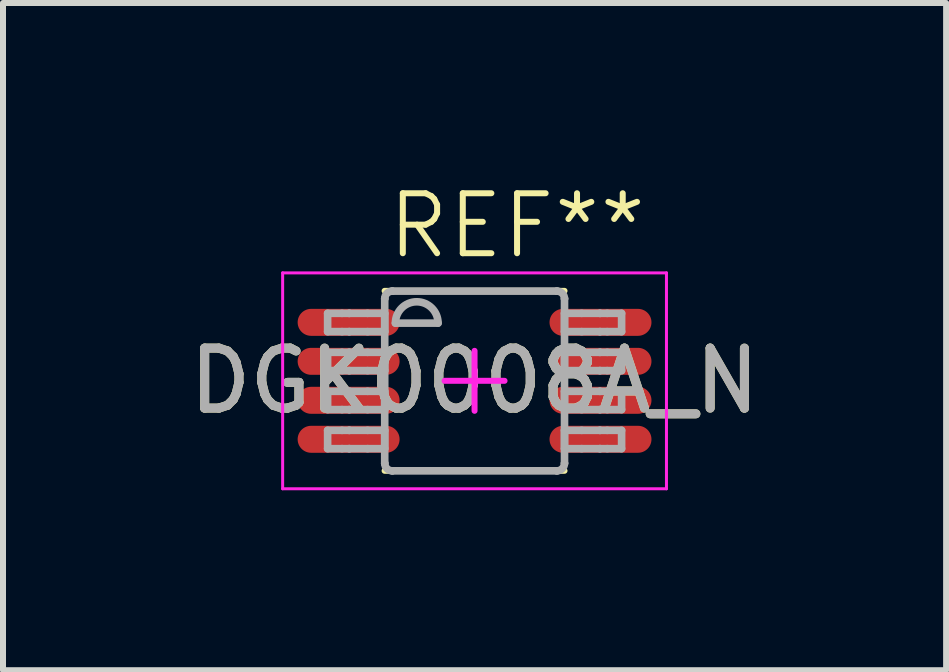
<source format=kicad_pcb>
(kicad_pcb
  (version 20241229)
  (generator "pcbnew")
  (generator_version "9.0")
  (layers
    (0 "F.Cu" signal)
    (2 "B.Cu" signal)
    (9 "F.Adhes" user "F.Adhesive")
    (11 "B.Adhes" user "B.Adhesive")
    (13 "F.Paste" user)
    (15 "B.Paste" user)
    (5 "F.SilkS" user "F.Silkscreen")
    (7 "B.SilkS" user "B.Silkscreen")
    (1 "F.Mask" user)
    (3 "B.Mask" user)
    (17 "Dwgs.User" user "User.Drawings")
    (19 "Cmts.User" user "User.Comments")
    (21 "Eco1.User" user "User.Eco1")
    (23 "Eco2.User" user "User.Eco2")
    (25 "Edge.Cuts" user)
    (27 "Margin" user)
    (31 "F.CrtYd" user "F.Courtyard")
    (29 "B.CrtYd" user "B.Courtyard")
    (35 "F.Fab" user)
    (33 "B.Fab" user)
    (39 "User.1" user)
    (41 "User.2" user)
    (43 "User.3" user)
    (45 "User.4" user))
  (footprint "DGK0008A_N"
    (layer "F.Cu")
    (at 4.863 3.3)
    (property "Reference" "DGK0008A_N" (at 0 0 0) (unlocked yes) (layer "F.SilkS") (effects (font (size 1 1) (thickness 0.15))))
    (attr smd)
    (fp_line (start -1.5 -1.5) (end 1.5 -1.5) (stroke (width 0.1) (type default)) (layer "F.SilkS"))
    (fp_line (start -1.5 1.5) (end 1.5 1.5) (stroke (width 0.1) (type default)) (layer "F.SilkS"))
    (fp_line (start -3.2 -1.8) (end 3.2 -1.8) (stroke (width 0.05) (type solid)) (layer "F.CrtYd"))
    (fp_line (start -3.2 1.8) (end -3.2 -1.8) (stroke (width 0.05) (type solid)) (layer "F.CrtYd"))
    (fp_line (start -3.2 1.8) (end 3.2 1.8) (stroke (width 0.05) (type solid)) (layer "F.CrtYd"))
    (fp_line (start -0.5 -0.000003) (end 0.5 -0.000003) (stroke (width 0.1) (type solid)) (layer "F.CrtYd"))
    (fp_line (start 0.000003 0.5) (end 0.000003 -0.5) (stroke (width 0.1) (type solid)) (layer "F.CrtYd"))
    (fp_line (start 3.2 1.8) (end 3.2 -1.8) (stroke (width 0.05) (type solid)) (layer "F.CrtYd"))
    (fp_line (start -2.45 -1.125) (end -2.21 -1.125) (stroke (width 0.127) (type solid)) (layer "F.Fab"))
    (fp_line (start -2.45 -0.82) (end -2.45 -1.125) (stroke (width 0.127) (type solid)) (layer "F.Fab"))
    (fp_line (start -2.45 -0.82) (end -2.21 -0.82) (stroke (width 0.127) (type solid)) (layer "F.Fab"))
    (fp_line (start -2.45 -0.475) (end -2.21 -0.475) (stroke (width 0.127) (type solid)) (layer "F.Fab"))
    (fp_line (start -2.45 -0.17) (end -2.45 -0.475) (stroke (width 0.127) (type solid)) (layer "F.Fab"))
    (fp_line (start -2.45 -0.17) (end -2.21 -0.17) (stroke (width 0.127) (type solid)) (layer "F.Fab"))
    (fp_line (start -2.45 0.175) (end -2.21 0.175) (stroke (width 0.127) (type solid)) (layer "F.Fab"))
    (fp_line (start -2.45 0.48) (end -2.45 0.175) (stroke (width 0.127) (type solid)) (layer "F.Fab"))
    (fp_line (start -2.45 0.48) (end -2.21 0.48) (stroke (width 0.127) (type solid)) (layer "F.Fab"))
    (fp_line (start -2.45 0.826) (end -2.21 0.826) (stroke (width 0.127) (type solid)) (layer "F.Fab"))
    (fp_line (start -2.45 1.131) (end -2.45 0.826) (stroke (width 0.127) (type solid)) (layer "F.Fab"))
    (fp_line (start -2.45 1.131) (end -2.21 1.131) (stroke (width 0.127) (type solid)) (layer "F.Fab"))
    (fp_line (start -2.21 -1.125) (end -2.091 -1.125) (stroke (width 0.127) (type solid)) (layer "F.Fab"))
    (fp_line (start -2.21 -0.82) (end -2.091 -0.82) (stroke (width 0.127) (type solid)) (layer "F.Fab"))
    (fp_line (start -2.21 -0.475) (end -2.091 -0.475) (stroke (width 0.127) (type solid)) (layer "F.Fab"))
    (fp_line (start -2.21 -0.17) (end -2.091 -0.17) (stroke (width 0.127) (type solid)) (layer "F.Fab"))
    (fp_line (start -2.21 0.175) (end -2.091 0.175) (stroke (width 0.127) (type solid)) (layer "F.Fab"))
    (fp_line (start -2.21 0.48) (end -2.091 0.48) (stroke (width 0.127) (type solid)) (layer "F.Fab"))
    (fp_line (start -2.21 0.826) (end -2.091 0.826) (stroke (width 0.127) (type solid)) (layer "F.Fab"))
    (fp_line (start -2.21 1.131) (end -2.091 1.131) (stroke (width 0.127) (type solid)) (layer "F.Fab"))
    (fp_line (start -2.091 -1.125) (end -2.087 -1.125) (stroke (width 0.127) (type solid)) (layer "F.Fab"))
    (fp_line (start -2.091 -0.82) (end -2.087 -0.82) (stroke (width 0.127) (type solid)) (layer "F.Fab"))
    (fp_line (start -2.091 -0.475) (end -2.087 -0.475) (stroke (width 0.127) (type solid)) (layer "F.Fab"))
    (fp_line (start -2.091 -0.17) (end -2.087 -0.17) (stroke (width 0.127) (type solid)) (layer "F.Fab"))
    (fp_line (start -2.091 0.175) (end -2.087 0.175) (stroke (width 0.127) (type solid)) (layer "F.Fab"))
    (fp_line (start -2.091 0.48) (end -2.087 0.48) (stroke (width 0.127) (type solid)) (layer "F.Fab"))
    (fp_line (start -2.091 0.826) (end -2.087 0.826) (stroke (width 0.127) (type solid)) (layer "F.Fab"))
    (fp_line (start -2.091 1.131) (end -2.087 1.131) (stroke (width 0.127) (type solid)) (layer "F.Fab"))
    (fp_line (start -2.087 -1.125) (end -1.784 -1.125) (stroke (width 0.127) (type solid)) (layer "F.Fab"))
    (fp_line (start -2.087 -0.82) (end -1.784 -0.82) (stroke (width 0.127) (type solid)) (layer "F.Fab"))
    (fp_line (start -2.087 -0.475) (end -1.784 -0.475) (stroke (width 0.127) (type solid)) (layer "F.Fab"))
    (fp_line (start -2.087 -0.17) (end -1.784 -0.17) (stroke (width 0.127) (type solid)) (layer "F.Fab"))
    (fp_line (start -2.087 0.175) (end -1.784 0.175) (stroke (width 0.127) (type solid)) (layer "F.Fab"))
    (fp_line (start -2.087 0.48) (end -1.784 0.48) (stroke (width 0.127) (type solid)) (layer "F.Fab"))
    (fp_line (start -2.087 0.826) (end -1.784 0.826) (stroke (width 0.127) (type solid)) (layer "F.Fab"))
    (fp_line (start -2.087 1.131) (end -1.784 1.131) (stroke (width 0.127) (type solid)) (layer "F.Fab"))
    (fp_line (start -1.784 -1.125) (end -1.498 -1.125) (stroke (width 0.127) (type solid)) (layer "F.Fab"))
    (fp_line (start -1.784 -0.82) (end -1.498 -0.82) (stroke (width 0.127) (type solid)) (layer "F.Fab"))
    (fp_line (start -1.784 -0.475) (end -1.498 -0.475) (stroke (width 0.127) (type solid)) (layer "F.Fab"))
    (fp_line (start -1.784 -0.17) (end -1.498 -0.17) (stroke (width 0.127) (type solid)) (layer "F.Fab"))
    (fp_line (start -1.784 0.175) (end -1.498 0.175) (stroke (width 0.127) (type solid)) (layer "F.Fab"))
    (fp_line (start -1.784 0.48) (end -1.498 0.48) (stroke (width 0.127) (type solid)) (layer "F.Fab"))
    (fp_line (start -1.784 0.826) (end -1.498 0.826) (stroke (width 0.127) (type solid)) (layer "F.Fab"))
    (fp_line (start -1.784 1.131) (end -1.498 1.131) (stroke (width 0.127) (type solid)) (layer "F.Fab"))
    (fp_line (start -1.498 -1.369) (end -1.497 -1.372) (stroke (width 0.127) (type solid)) (layer "F.Fab"))
    (fp_line (start -1.498 -0.82) (end -1.498 -1.125) (stroke (width 0.127) (type solid)) (layer "F.Fab"))
    (fp_line (start -1.498 -0.17) (end -1.498 -0.475) (stroke (width 0.127) (type solid)) (layer "F.Fab"))
    (fp_line (start -1.498 0.48) (end -1.498 0.175) (stroke (width 0.127) (type solid)) (layer "F.Fab"))
    (fp_line (start -1.498 1.131) (end -1.498 0.826) (stroke (width 0.127) (type solid)) (layer "F.Fab"))
    (fp_line (start -1.498 1.374) (end -1.498 -1.369) (stroke (width 0.127) (type solid)) (layer "F.Fab"))
    (fp_line (start -1.498 1.374) (end -1.497 1.377) (stroke (width 0.127) (type solid)) (layer "F.Fab"))
    (fp_line (start -1.373 -1.496) (end -1.371 -1.496) (stroke (width 0.127) (type solid)) (layer "F.Fab"))
    (fp_line (start -1.373 1.501) (end -1.371 1.501) (stroke (width 0.127) (type solid)) (layer "F.Fab"))
    (fp_line (start -1.371 -1.496) (end 1.373 -1.496) (stroke (width 0.127) (type solid)) (layer "F.Fab"))
    (fp_line (start -1.371 1.501) (end 1.373 1.501) (stroke (width 0.127) (type solid)) (layer "F.Fab"))
    (fp_line (start -1.32 -0.962) (end -0.609 -0.962) (stroke (width 0.127) (type solid)) (layer "F.Fab"))
    (fp_line (start 1.373 -1.496) (end 1.375 -1.496) (stroke (width 0.127) (type solid)) (layer "F.Fab"))
    (fp_line (start 1.373 1.501) (end 1.375 1.501) (stroke (width 0.127) (type solid)) (layer "F.Fab"))
    (fp_line (start 1.5 -1.372) (end 1.5 -1.369) (stroke (width 0.127) (type solid)) (layer "F.Fab"))
    (fp_line (start 1.5 1.377) (end 1.5 1.374) (stroke (width 0.127) (type solid)) (layer "F.Fab"))
    (fp_line (start 1.5 -1.125) (end 1.786 -1.125) (stroke (width 0.127) (type solid)) (layer "F.Fab"))
    (fp_line (start 1.5 -0.82) (end 1.5 -1.125) (stroke (width 0.127) (type solid)) (layer "F.Fab"))
    (fp_line (start 1.5 -0.82) (end 1.786 -0.82) (stroke (width 0.127) (type solid)) (layer "F.Fab"))
    (fp_line (start 1.5 -0.475) (end 1.786 -0.475) (stroke (width 0.127) (type solid)) (layer "F.Fab"))
    (fp_line (start 1.5 -0.17) (end 1.5 -0.475) (stroke (width 0.127) (type solid)) (layer "F.Fab"))
    (fp_line (start 1.5 -0.17) (end 1.786 -0.17) (stroke (width 0.127) (type solid)) (layer "F.Fab"))
    (fp_line (start 1.5 0.175) (end 1.786 0.175) (stroke (width 0.127) (type solid)) (layer "F.Fab"))
    (fp_line (start 1.5 0.48) (end 1.5 0.175) (stroke (width 0.127) (type solid)) (layer "F.Fab"))
    (fp_line (start 1.5 0.48) (end 1.786 0.48) (stroke (width 0.127) (type solid)) (layer "F.Fab"))
    (fp_line (start 1.5 0.826) (end 1.786 0.826) (stroke (width 0.127) (type solid)) (layer "F.Fab"))
    (fp_line (start 1.5 1.131) (end 1.5 0.826) (stroke (width 0.127) (type solid)) (layer "F.Fab"))
    (fp_line (start 1.5 1.131) (end 1.786 1.131) (stroke (width 0.127) (type solid)) (layer "F.Fab"))
    (fp_line (start 1.5 1.374) (end 1.5 -1.369) (stroke (width 0.127) (type solid)) (layer "F.Fab"))
    (fp_line (start 1.786 -1.125) (end 2.089 -1.125) (stroke (width 0.127) (type solid)) (layer "F.Fab"))
    (fp_line (start 1.786 -0.82) (end 2.089 -0.82) (stroke (width 0.127) (type solid)) (layer "F.Fab"))
    (fp_line (start 1.786 -0.475) (end 2.089 -0.475) (stroke (width 0.127) (type solid)) (layer "F.Fab"))
    (fp_line (start 1.786 -0.17) (end 2.089 -0.17) (stroke (width 0.127) (type solid)) (layer "F.Fab"))
    (fp_line (start 1.786 0.175) (end 2.089 0.175) (stroke (width 0.127) (type solid)) (layer "F.Fab"))
    (fp_line (start 1.786 0.48) (end 2.089 0.48) (stroke (width 0.127) (type solid)) (layer "F.Fab"))
    (fp_line (start 1.786 0.826) (end 2.089 0.826) (stroke (width 0.127) (type solid)) (layer "F.Fab"))
    (fp_line (start 1.786 1.131) (end 2.089 1.131) (stroke (width 0.127) (type solid)) (layer "F.Fab"))
    (fp_line (start 2.089 -1.125) (end 2.093 -1.125) (stroke (width 0.127) (type solid)) (layer "F.Fab"))
    (fp_line (start 2.089 -0.82) (end 2.093 -0.82) (stroke (width 0.127) (type solid)) (layer "F.Fab"))
    (fp_line (start 2.089 -0.475) (end 2.093 -0.475) (stroke (width 0.127) (type solid)) (layer "F.Fab"))
    (fp_line (start 2.089 -0.17) (end 2.093 -0.17) (stroke (width 0.127) (type solid)) (layer "F.Fab"))
    (fp_line (start 2.089 0.175) (end 2.093 0.175) (stroke (width 0.127) (type solid)) (layer "F.Fab"))
    (fp_line (start 2.089 0.48) (end 2.093 0.48) (stroke (width 0.127) (type solid)) (layer "F.Fab"))
    (fp_line (start 2.089 0.826) (end 2.093 0.826) (stroke (width 0.127) (type solid)) (layer "F.Fab"))
    (fp_line (start 2.089 1.131) (end 2.093 1.131) (stroke (width 0.127) (type solid)) (layer "F.Fab"))
    (fp_line (start 2.093 -1.125) (end 2.213 -1.125) (stroke (width 0.127) (type solid)) (layer "F.Fab"))
    (fp_line (start 2.093 -0.82) (end 2.213 -0.82) (stroke (width 0.127) (type solid)) (layer "F.Fab"))
    (fp_line (start 2.093 -0.475) (end 2.213 -0.475) (stroke (width 0.127) (type solid)) (layer "F.Fab"))
    (fp_line (start 2.093 -0.17) (end 2.213 -0.17) (stroke (width 0.127) (type solid)) (layer "F.Fab"))
    (fp_line (start 2.093 0.175) (end 2.213 0.175) (stroke (width 0.127) (type solid)) (layer "F.Fab"))
    (fp_line (start 2.093 0.48) (end 2.213 0.48) (stroke (width 0.127) (type solid)) (layer "F.Fab"))
    (fp_line (start 2.093 0.826) (end 2.213 0.826) (stroke (width 0.127) (type solid)) (layer "F.Fab"))
    (fp_line (start 2.093 1.131) (end 2.213 1.131) (stroke (width 0.127) (type solid)) (layer "F.Fab"))
    (fp_line (start 2.213 -1.125) (end 2.452 -1.125) (stroke (width 0.127) (type solid)) (layer "F.Fab"))
    (fp_line (start 2.213 -0.82) (end 2.452 -0.82) (stroke (width 0.127) (type solid)) (layer "F.Fab"))
    (fp_line (start 2.213 -0.475) (end 2.452 -0.475) (stroke (width 0.127) (type solid)) (layer "F.Fab"))
    (fp_line (start 2.213 -0.17) (end 2.452 -0.17) (stroke (width 0.127) (type solid)) (layer "F.Fab"))
    (fp_line (start 2.213 0.175) (end 2.452 0.175) (stroke (width 0.127) (type solid)) (layer "F.Fab"))
    (fp_line (start 2.213 0.48) (end 2.452 0.48) (stroke (width 0.127) (type solid)) (layer "F.Fab"))
    (fp_line (start 2.213 0.826) (end 2.452 0.826) (stroke (width 0.127) (type solid)) (layer "F.Fab"))
    (fp_line (start 2.213 1.131) (end 2.452 1.131) (stroke (width 0.127) (type solid)) (layer "F.Fab"))
    (fp_line (start 2.452 -0.82) (end 2.452 -1.125) (stroke (width 0.127) (type solid)) (layer "F.Fab"))
    (fp_line (start 2.452 -0.17) (end 2.452 -0.475) (stroke (width 0.127) (type solid)) (layer "F.Fab"))
    (fp_line (start 2.452 0.48) (end 2.452 0.175) (stroke (width 0.127) (type solid)) (layer "F.Fab"))
    (fp_line (start 2.452 1.131) (end 2.452 0.826) (stroke (width 0.127) (type solid)) (layer "F.Fab"))
    (fp_arc (start -1.497476 -1.371582) (mid -1.460306 -1.458644) (end -1.373243 -1.495814) (stroke (width 0.127) (type solid)) (layer "F.Fab"))
    (fp_arc (start -1.373243 1.501336) (mid -1.460306 1.464166) (end -1.497476 1.377104) (stroke (width 0.127) (type solid)) (layer "F.Fab"))
    (fp_arc (start -1.3197 -0.962439) (mid -0.9641 -1.318039) (end -0.6085 -0.962439) (stroke (width 0.127) (type solid)) (layer "F.Fab"))
    (fp_arc (start 1.375443 -1.495814) (mid 1.462505 -1.458644) (end 1.499675 -1.371582) (stroke (width 0.127) (type solid)) (layer "F.Fab"))
    (fp_arc (start 1.499675 1.377104) (mid 1.462505 1.464166) (end 1.375443 1.501336) (stroke (width 0.127) (type solid)) (layer "F.Fab"))
    (fp_text user "REF**" (at -1.5 -2 0) (unlocked yes) (layer "F.SilkS") (effects (font (size 1 1) (thickness 0.1)) (justify left bottom)))
    (fp_text user "${REFERENCE}" (at 0 0 0) (unlocked yes) (layer "F.Fab") (effects (font (size 1 1) (thickness 0.15))))
    (pad "1" smd oval (at -2.1 -0.975 90) (size 0.45 1.7) (layers "F.Cu" "F.Mask" "F.Paste"))
    (pad "2" smd oval (at -2.1 -0.325 90) (size 0.45 1.7) (layers "F.Cu" "F.Mask" "F.Paste"))
    (pad "3" smd oval (at -2.1 0.325 90) (size 0.45 1.7) (layers "F.Cu" "F.Mask" "F.Paste"))
    (pad "4" smd oval (at -2.1 0.975 90) (size 0.45 1.7) (layers "F.Cu" "F.Mask" "F.Paste"))
    (pad "5" smd oval (at 2.1 0.975 90) (size 0.45 1.7) (layers "F.Cu" "F.Mask" "F.Paste"))
    (pad "6" smd oval (at 2.1 0.325 90) (size 0.45 1.7) (layers "F.Cu" "F.Mask" "F.Paste"))
    (pad "7" smd oval (at 2.1 -0.325 90) (size 0.45 1.7) (layers "F.Cu" "F.Mask" "F.Paste"))
    (pad "8" smd oval (at 2.1 -0.975 90) (size 0.45 1.7) (layers "F.Cu" "F.Mask" "F.Paste")))
  (gr_rect
    (start -3 -3)
    (end 12.726 8.125)
    (stroke (width 0.1) (type default))
    (fill no)
    (layer "Edge.Cuts")))
</source>
